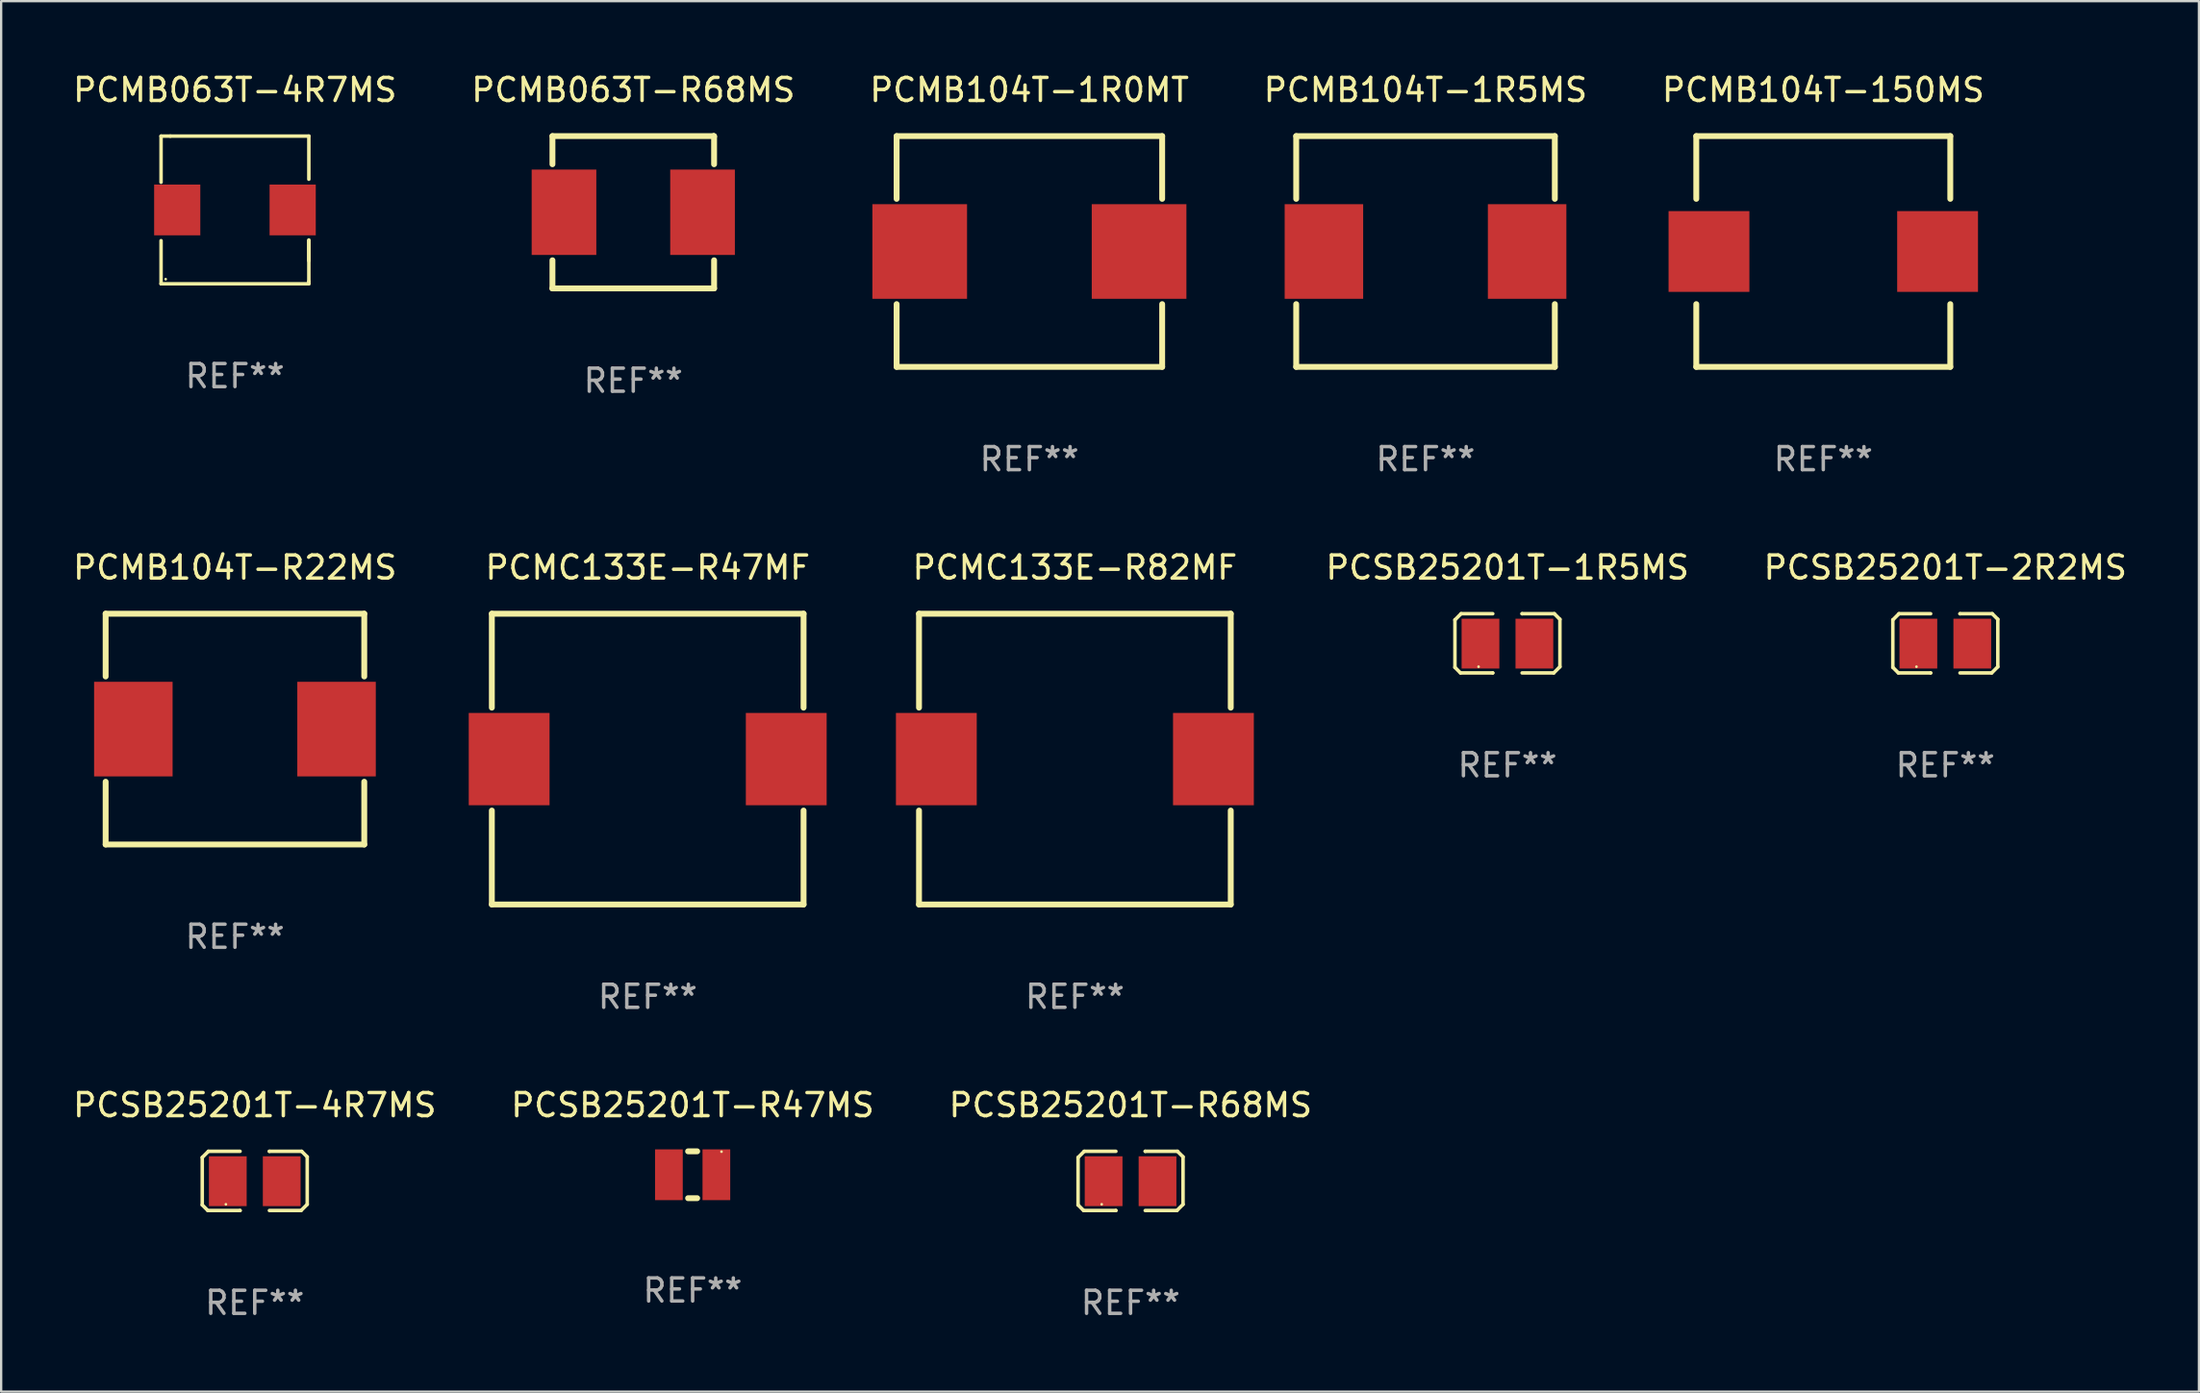
<source format=kicad_pcb>
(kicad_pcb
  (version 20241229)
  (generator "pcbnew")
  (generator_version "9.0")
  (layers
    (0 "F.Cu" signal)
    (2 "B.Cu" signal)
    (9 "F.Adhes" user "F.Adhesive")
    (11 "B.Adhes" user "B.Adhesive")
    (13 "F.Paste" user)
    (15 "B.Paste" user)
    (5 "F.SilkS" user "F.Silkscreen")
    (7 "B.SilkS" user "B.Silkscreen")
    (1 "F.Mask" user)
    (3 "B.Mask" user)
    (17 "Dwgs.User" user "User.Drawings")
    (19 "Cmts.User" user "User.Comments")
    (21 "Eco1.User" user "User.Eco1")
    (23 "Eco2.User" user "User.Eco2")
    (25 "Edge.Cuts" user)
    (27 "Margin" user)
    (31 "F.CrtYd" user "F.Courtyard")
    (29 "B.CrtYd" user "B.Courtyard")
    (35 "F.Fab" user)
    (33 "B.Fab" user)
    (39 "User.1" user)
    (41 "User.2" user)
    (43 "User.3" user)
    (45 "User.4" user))
  (footprint "PCMB104T-150MS"
    (layer "F.Cu")
    (at 75.911 7.848)
    (property "Reference" "PCMB104T-150MS" (at 0 -7 0) (layer "F.SilkS") (effects (font (size 1 1) (thickness 0.15))))
    (attr through_hole)
    (fp_line (start -5.5 -5) (end 5.5 -5) (stroke (width 0.254) (type solid)) (layer "F.SilkS"))
    (fp_line (start -5.5 -2.281) (end -5.5 -5) (stroke (width 0.254) (type solid)) (layer "F.SilkS"))
    (fp_line (start -5.5 5) (end -5.5 2.281) (stroke (width 0.254) (type solid)) (layer "F.SilkS"))
    (fp_line (start -5.5 5) (end 5.5 5) (stroke (width 0.254) (type solid)) (layer "F.SilkS"))
    (fp_line (start 5.5 -2.281) (end 5.5 -5) (stroke (width 0.254) (type solid)) (layer "F.SilkS"))
    (fp_line (start 5.5 5) (end 5.5 2.281) (stroke (width 0.254) (type solid)) (layer "F.SilkS"))
    (fp_circle (center -5.47 4.97) (end -5.44 4.97) (stroke (width 0.06) (type solid)) (fill no) (layer "F.SilkS"))
    (fp_text user "REF**" (at 0 9 0) (layer "F.Fab") (effects (font (size 1 1) (thickness 0.15))))
    (pad "1" smd rect (at -4.95 0.000025 90) (size 3.5 3.5) (layers "F.Cu" "F.Mask" "F.Paste"))
    (pad "2" smd rect (at 4.95 0.000025 270) (size 3.5 3.5) (layers "F.Cu" "F.Mask" "F.Paste")))
  (footprint "PCMB104T-1R0MT"
    (layer "F.Cu")
    (at 41.53 7.848)
    (property "Reference" "PCMB104T-1R0MT" (at 0 -7 0) (layer "F.SilkS") (effects (font (size 1 1) (thickness 0.15))))
    (attr through_hole)
    (fp_line (start -5.75 -5) (end -5.75 -2.281) (stroke (width 0.254) (type solid)) (layer "F.SilkS"))
    (fp_line (start -5.75 -5) (end 5.75 -5) (stroke (width 0.254) (type solid)) (layer "F.SilkS"))
    (fp_line (start -5.75 2.281) (end -5.75 5) (stroke (width 0.254) (type solid)) (layer "F.SilkS"))
    (fp_line (start 5.75 -2.281) (end 5.75 -5) (stroke (width 0.254) (type solid)) (layer "F.SilkS"))
    (fp_line (start 5.75 5) (end -5.75 5) (stroke (width 0.254) (type solid)) (layer "F.SilkS"))
    (fp_line (start 5.75 5) (end 5.75 2.281) (stroke (width 0.254) (type solid)) (layer "F.SilkS"))
    (fp_circle (center -5.75 5) (end -5.7 5) (stroke (width 0.1) (type solid)) (fill no) (layer "F.SilkS"))
    (fp_text user "REF**" (at 0 9 0) (layer "F.Fab") (effects (font (size 1 1) (thickness 0.15))))
    (pad "1" smd rect (at -4.75 0) (size 4.1 4.1) (layers "F.Cu" "F.Mask" "F.Paste"))
    (pad "2" smd rect (at 4.75 0) (size 4.1 4.1) (layers "F.Cu" "F.Mask" "F.Paste")))
  (footprint "PCMB063T-4R7MS"
    (layer "F.Cu")
    (at 7.125 6.048)
    (property "Reference" "PCMB063T-4R7MS" (at 0 -5.2 0) (layer "F.SilkS") (effects (font (size 1 1) (thickness 0.15))))
    (attr through_hole)
    (fp_line (start -3.2 -1.2) (end -3.2 -3.2) (stroke (width 0.152) (type solid)) (layer "F.SilkS"))
    (fp_line (start -3.2 3.2) (end -3.2 1.331) (stroke (width 0.152) (type solid)) (layer "F.SilkS"))
    (fp_line (start -2.8 -3.2) (end -3.2 -3.2) (stroke (width 0.152) (type solid)) (layer "F.SilkS"))
    (fp_line (start -2.8 -3.2) (end 3.2 -3.2) (stroke (width 0.152) (type solid)) (layer "F.SilkS"))
    (fp_line (start 3.2 -3.2) (end 3.2 -1.331) (stroke (width 0.152) (type solid)) (layer "F.SilkS"))
    (fp_line (start 3.2 1.3) (end 3.2 3.1) (stroke (width 0.152) (type solid)) (layer "F.SilkS"))
    (fp_line (start 3.2 1.331) (end 3.2 2.2) (stroke (width 0.152) (type solid)) (layer "F.SilkS"))
    (fp_line (start 3.2 3.1) (end 3.2 3.2) (stroke (width 0.152) (type solid)) (layer "F.SilkS"))
    (fp_line (start 3.2 3.2) (end -3.2 3.2) (stroke (width 0.152) (type solid)) (layer "F.SilkS"))
    (fp_circle (center -3 3) (end -2.97 3) (stroke (width 0.06) (type solid)) (fill no) (layer "F.SilkS"))
    (fp_text user "REF**" (at 0 7.2 0) (layer "F.Fab") (effects (font (size 1 1) (thickness 0.15))))
    (pad "1" smd rect (at -2.5 -0.000025 180) (size 2 2.2) (layers "F.Cu" "F.Mask" "F.Paste"))
    (pad "2" smd rect (at 2.5 -0.000025 180) (size 2 2.2) (layers "F.Cu" "F.Mask" "F.Paste")))
  (footprint "PCMC133E-R82MF"
    (layer "F.Cu")
    (at 43.5 29.845)
    (property "Reference" "PCMC133E-R82MF" (at 0 -8.3 0) (layer "F.SilkS") (effects (font (size 1 1) (thickness 0.15))))
    (attr through_hole)
    (fp_line (start -6.75 -6.3) (end 6.75 -6.3) (stroke (width 0.254) (type solid)) (layer "F.SilkS"))
    (fp_line (start -6.75 -2.23) (end -6.75 -6.3) (stroke (width 0.254) (type solid)) (layer "F.SilkS"))
    (fp_line (start -6.75 6.3) (end -6.75 2.23) (stroke (width 0.254) (type solid)) (layer "F.SilkS"))
    (fp_line (start 6.75 -2.23) (end 6.75 -6.3) (stroke (width 0.254) (type solid)) (layer "F.SilkS"))
    (fp_line (start 6.75 6.3) (end -6.75 6.3) (stroke (width 0.254) (type solid)) (layer "F.SilkS"))
    (fp_line (start 6.75 6.3) (end 6.75 2.23) (stroke (width 0.254) (type solid)) (layer "F.SilkS"))
    (fp_circle (center -6.75 6.3) (end -6.72 6.3) (stroke (width 0.06) (type solid)) (fill no) (layer "F.SilkS"))
    (fp_text user "REF**" (at 0 10.3 0) (layer "F.Fab") (effects (font (size 1 1) (thickness 0.15))))
    (pad "1" smd rect (at -6 0 90) (size 4 3.5) (layers "F.Cu" "F.Mask" "F.Paste"))
    (pad "2" smd rect (at 6 0 90) (size 4 3.5) (layers "F.Cu" "F.Mask" "F.Paste")))
  (footprint "PCSB25201T-2R2MS"
    (layer "F.Cu")
    (at 81.196 24.828)
    (property "Reference" "PCSB25201T-2R2MS" (at 0 -3.283 0) (layer "F.SilkS") (effects (font (size 1 1) (thickness 0.15))))
    (attr through_hole)
    (fp_line (start -2.273 -1.016) (end -2.007 -1.283) (stroke (width 0.152) (type solid)) (layer "F.SilkS"))
    (fp_line (start -2.273 1.041) (end -2.273 -1.016) (stroke (width 0.152) (type solid)) (layer "F.SilkS"))
    (fp_line (start -2.032 1.283) (end -2.273 1.041) (stroke (width 0.152) (type solid)) (layer "F.SilkS"))
    (fp_line (start -2.007 -1.283) (end -0.635 -1.283) (stroke (width 0.152) (type solid)) (layer "F.SilkS"))
    (fp_line (start -0.635 1.283) (end -2.032 1.283) (stroke (width 0.152) (type solid)) (layer "F.SilkS"))
    (fp_line (start -0.635 1.283) (end -0.635 1.283) (stroke (width 0.152) (type solid)) (layer "F.SilkS"))
    (fp_line (start 0.635 -1.283) (end 0.635 -1.283) (stroke (width 0.152) (type solid)) (layer "F.SilkS"))
    (fp_line (start 0.635 -1.283) (end 2.032 -1.283) (stroke (width 0.152) (type solid)) (layer "F.SilkS"))
    (fp_line (start 2.007 1.283) (end 0.635 1.283) (stroke (width 0.152) (type solid)) (layer "F.SilkS"))
    (fp_line (start 2.032 -1.283) (end 2.273 -1.041) (stroke (width 0.152) (type solid)) (layer "F.SilkS"))
    (fp_line (start 2.273 -1.041) (end 2.273 1.016) (stroke (width 0.152) (type solid)) (layer "F.SilkS"))
    (fp_line (start 2.273 1.016) (end 2.007 1.283) (stroke (width 0.152) (type solid)) (layer "F.SilkS"))
    (fp_circle (center -1.25 1.013) (end -1.22 1.013) (stroke (width 0.06) (type solid)) (fill no) (layer "F.SilkS"))
    (fp_text user "REF**" (at 0 5.283 0) (layer "F.Fab") (effects (font (size 1 1) (thickness 0.15))))
    (pad "1" smd rect (at -1.167 0.013) (size 1.635 2.16) (layers "F.Cu" "F.Mask" "F.Paste"))
    (pad "2" smd rect (at 1.168 0.013) (size 1.635 2.16) (layers "F.Cu" "F.Mask" "F.Paste")))
  (footprint "PCSB25201T-R68MS"
    (layer "F.Cu")
    (at 45.911 48.124)
    (property "Reference" "PCSB25201T-R68MS" (at 0 -3.283 0) (layer "F.SilkS") (effects (font (size 1 1) (thickness 0.15))))
    (attr through_hole)
    (fp_line (start -2.273 -1.016) (end -2.007 -1.283) (stroke (width 0.152) (type solid)) (layer "F.SilkS"))
    (fp_line (start -2.273 1.041) (end -2.273 -1.016) (stroke (width 0.152) (type solid)) (layer "F.SilkS"))
    (fp_line (start -2.032 1.283) (end -2.273 1.041) (stroke (width 0.152) (type solid)) (layer "F.SilkS"))
    (fp_line (start -2.007 -1.283) (end -0.635 -1.283) (stroke (width 0.152) (type solid)) (layer "F.SilkS"))
    (fp_line (start -0.635 1.283) (end -2.032 1.283) (stroke (width 0.152) (type solid)) (layer "F.SilkS"))
    (fp_line (start -0.635 1.283) (end -0.635 1.283) (stroke (width 0.152) (type solid)) (layer "F.SilkS"))
    (fp_line (start 0.635 -1.283) (end 0.635 -1.283) (stroke (width 0.152) (type solid)) (layer "F.SilkS"))
    (fp_line (start 0.635 -1.283) (end 2.032 -1.283) (stroke (width 0.152) (type solid)) (layer "F.SilkS"))
    (fp_line (start 2.007 1.283) (end 0.635 1.283) (stroke (width 0.152) (type solid)) (layer "F.SilkS"))
    (fp_line (start 2.032 -1.283) (end 2.273 -1.041) (stroke (width 0.152) (type solid)) (layer "F.SilkS"))
    (fp_line (start 2.273 -1.041) (end 2.273 1.016) (stroke (width 0.152) (type solid)) (layer "F.SilkS"))
    (fp_line (start 2.273 1.016) (end 2.007 1.283) (stroke (width 0.152) (type solid)) (layer "F.SilkS"))
    (fp_circle (center -1.25 1.013) (end -1.22 1.013) (stroke (width 0.06) (type solid)) (fill no) (layer "F.SilkS"))
    (fp_text user "REF**" (at 0 5.283 0) (layer "F.Fab") (effects (font (size 1 1) (thickness 0.15))))
    (pad "1" smd rect (at -1.167 0.013) (size 1.635 2.16) (layers "F.Cu" "F.Mask" "F.Paste"))
    (pad "2" smd rect (at 1.168 0.013) (size 1.635 2.16) (layers "F.Cu" "F.Mask" "F.Paste")))
  (footprint "PCMB104T-1R5MS"
    (layer "F.Cu")
    (at 58.685 7.848)
    (property "Reference" "PCMB104T-1R5MS" (at 0 -7 0) (layer "F.SilkS") (effects (font (size 1 1) (thickness 0.15))))
    (attr through_hole)
    (fp_line (start -5.6 -5) (end 5.6 -5) (stroke (width 0.254) (type solid)) (layer "F.SilkS"))
    (fp_line (start -5.6 -2.281) (end -5.6 -5) (stroke (width 0.254) (type solid)) (layer "F.SilkS"))
    (fp_line (start -5.6 5) (end -5.6 2.281) (stroke (width 0.254) (type solid)) (layer "F.SilkS"))
    (fp_line (start 5.6 -2.281) (end 5.6 -5) (stroke (width 0.254) (type solid)) (layer "F.SilkS"))
    (fp_line (start 5.6 5) (end -5.6 5) (stroke (width 0.254) (type solid)) (layer "F.SilkS"))
    (fp_line (start 5.6 5) (end 5.6 2.281) (stroke (width 0.254) (type solid)) (layer "F.SilkS"))
    (fp_circle (center -5.6 5) (end -5.57 5) (stroke (width 0.06) (type solid)) (fill no) (layer "F.SilkS"))
    (fp_text user "REF**" (at 0 9 0) (layer "F.Fab") (effects (font (size 1 1) (thickness 0.15))))
    (pad "1" smd rect (at -4.4 0) (size 3.4 4.1) (layers "F.Cu" "F.Mask" "F.Paste"))
    (pad "2" smd rect (at 4.4 0) (size 3.4 4.1) (layers "F.Cu" "F.Mask" "F.Paste")))
  (footprint "PCSB25201T-4R7MS"
    (layer "F.Cu")
    (at 7.982 48.124)
    (property "Reference" "PCSB25201T-4R7MS" (at 0 -3.283 0) (layer "F.SilkS") (effects (font (size 1 1) (thickness 0.15))))
    (attr through_hole)
    (fp_line (start -2.273 -1.016) (end -2.007 -1.283) (stroke (width 0.152) (type solid)) (layer "F.SilkS"))
    (fp_line (start -2.273 1.041) (end -2.273 -1.016) (stroke (width 0.152) (type solid)) (layer "F.SilkS"))
    (fp_line (start -2.032 1.283) (end -2.273 1.041) (stroke (width 0.152) (type solid)) (layer "F.SilkS"))
    (fp_line (start -2.007 -1.283) (end -0.635 -1.283) (stroke (width 0.152) (type solid)) (layer "F.SilkS"))
    (fp_line (start -0.635 1.283) (end -2.032 1.283) (stroke (width 0.152) (type solid)) (layer "F.SilkS"))
    (fp_line (start -0.635 1.283) (end -0.635 1.283) (stroke (width 0.152) (type solid)) (layer "F.SilkS"))
    (fp_line (start 0.635 -1.283) (end 0.635 -1.283) (stroke (width 0.152) (type solid)) (layer "F.SilkS"))
    (fp_line (start 0.635 -1.283) (end 2.032 -1.283) (stroke (width 0.152) (type solid)) (layer "F.SilkS"))
    (fp_line (start 2.007 1.283) (end 0.635 1.283) (stroke (width 0.152) (type solid)) (layer "F.SilkS"))
    (fp_line (start 2.032 -1.283) (end 2.273 -1.041) (stroke (width 0.152) (type solid)) (layer "F.SilkS"))
    (fp_line (start 2.273 -1.041) (end 2.273 1.016) (stroke (width 0.152) (type solid)) (layer "F.SilkS"))
    (fp_line (start 2.273 1.016) (end 2.007 1.283) (stroke (width 0.152) (type solid)) (layer "F.SilkS"))
    (fp_circle (center -1.25 1.013) (end -1.22 1.013) (stroke (width 0.06) (type solid)) (fill no) (layer "F.SilkS"))
    (fp_text user "REF**" (at 0 5.283 0) (layer "F.Fab") (effects (font (size 1 1) (thickness 0.15))))
    (pad "1" smd rect (at -1.167 0.013) (size 1.635 2.16) (layers "F.Cu" "F.Mask" "F.Paste"))
    (pad "2" smd rect (at 1.168 0.013) (size 1.635 2.16) (layers "F.Cu" "F.Mask" "F.Paste")))
  (footprint "PCMC133E-R47MF"
    (layer "F.Cu")
    (at 25 29.845)
    (property "Reference" "PCMC133E-R47MF" (at 0 -8.3 0) (layer "F.SilkS") (effects (font (size 1 1) (thickness 0.15))))
    (attr through_hole)
    (fp_line (start -6.75 -6.3) (end 6.75 -6.3) (stroke (width 0.254) (type solid)) (layer "F.SilkS"))
    (fp_line (start -6.75 -2.23) (end -6.75 -6.3) (stroke (width 0.254) (type solid)) (layer "F.SilkS"))
    (fp_line (start -6.75 6.3) (end -6.75 2.23) (stroke (width 0.254) (type solid)) (layer "F.SilkS"))
    (fp_line (start 6.75 -2.23) (end 6.75 -6.3) (stroke (width 0.254) (type solid)) (layer "F.SilkS"))
    (fp_line (start 6.75 6.3) (end -6.75 6.3) (stroke (width 0.254) (type solid)) (layer "F.SilkS"))
    (fp_line (start 6.75 6.3) (end 6.75 2.23) (stroke (width 0.254) (type solid)) (layer "F.SilkS"))
    (fp_circle (center -6.75 6.3) (end -6.72 6.3) (stroke (width 0.06) (type solid)) (fill no) (layer "F.SilkS"))
    (fp_text user "REF**" (at 0 10.3 0) (layer "F.Fab") (effects (font (size 1 1) (thickness 0.15))))
    (pad "1" smd rect (at -6 0 90) (size 4 3.5) (layers "F.Cu" "F.Mask" "F.Paste"))
    (pad "2" smd rect (at 6 0 90) (size 4 3.5) (layers "F.Cu" "F.Mask" "F.Paste")))
  (footprint "PCSB25201T-1R5MS"
    (layer "F.Cu")
    (at 62.232 24.828)
    (property "Reference" "PCSB25201T-1R5MS" (at 0 -3.283 0) (layer "F.SilkS") (effects (font (size 1 1) (thickness 0.15))))
    (attr through_hole)
    (fp_line (start -2.273 -1.016) (end -2.007 -1.283) (stroke (width 0.152) (type solid)) (layer "F.SilkS"))
    (fp_line (start -2.273 1.041) (end -2.273 -1.016) (stroke (width 0.152) (type solid)) (layer "F.SilkS"))
    (fp_line (start -2.032 1.283) (end -2.273 1.041) (stroke (width 0.152) (type solid)) (layer "F.SilkS"))
    (fp_line (start -2.007 -1.283) (end -0.635 -1.283) (stroke (width 0.152) (type solid)) (layer "F.SilkS"))
    (fp_line (start -0.635 1.283) (end -2.032 1.283) (stroke (width 0.152) (type solid)) (layer "F.SilkS"))
    (fp_line (start -0.635 1.283) (end -0.635 1.283) (stroke (width 0.152) (type solid)) (layer "F.SilkS"))
    (fp_line (start 0.635 -1.283) (end 0.635 -1.283) (stroke (width 0.152) (type solid)) (layer "F.SilkS"))
    (fp_line (start 0.635 -1.283) (end 2.032 -1.283) (stroke (width 0.152) (type solid)) (layer "F.SilkS"))
    (fp_line (start 2.007 1.283) (end 0.635 1.283) (stroke (width 0.152) (type solid)) (layer "F.SilkS"))
    (fp_line (start 2.032 -1.283) (end 2.273 -1.041) (stroke (width 0.152) (type solid)) (layer "F.SilkS"))
    (fp_line (start 2.273 -1.041) (end 2.273 1.016) (stroke (width 0.152) (type solid)) (layer "F.SilkS"))
    (fp_line (start 2.273 1.016) (end 2.007 1.283) (stroke (width 0.152) (type solid)) (layer "F.SilkS"))
    (fp_circle (center -1.25 1.013) (end -1.22 1.013) (stroke (width 0.06) (type solid)) (fill no) (layer "F.SilkS"))
    (fp_text user "REF**" (at 0 5.283 0) (layer "F.Fab") (effects (font (size 1 1) (thickness 0.15))))
    (pad "1" smd rect (at -1.167 0.013) (size 1.635 2.16) (layers "F.Cu" "F.Mask" "F.Paste"))
    (pad "2" smd rect (at 1.168 0.013) (size 1.635 2.16) (layers "F.Cu" "F.Mask" "F.Paste")))
  (footprint "PCMB104T-R22MS"
    (layer "F.Cu")
    (at 7.125 28.545)
    (property "Reference" "PCMB104T-R22MS" (at 0 -7 0) (layer "F.SilkS") (effects (font (size 1 1) (thickness 0.15))))
    (attr through_hole)
    (fp_line (start -5.6 -5) (end 5.6 -5) (stroke (width 0.254) (type solid)) (layer "F.SilkS"))
    (fp_line (start -5.6 -2.281) (end -5.6 -5) (stroke (width 0.254) (type solid)) (layer "F.SilkS"))
    (fp_line (start -5.6 5) (end -5.6 2.281) (stroke (width 0.254) (type solid)) (layer "F.SilkS"))
    (fp_line (start 5.6 -2.281) (end 5.6 -5) (stroke (width 0.254) (type solid)) (layer "F.SilkS"))
    (fp_line (start 5.6 5) (end -5.6 5) (stroke (width 0.254) (type solid)) (layer "F.SilkS"))
    (fp_line (start 5.6 5) (end 5.6 2.281) (stroke (width 0.254) (type solid)) (layer "F.SilkS"))
    (fp_circle (center -5.6 5) (end -5.57 5) (stroke (width 0.06) (type solid)) (fill no) (layer "F.SilkS"))
    (fp_text user "REF**" (at 0 9 0) (layer "F.Fab") (effects (font (size 1 1) (thickness 0.15))))
    (pad "1" smd rect (at -4.4 0) (size 3.4 4.1) (layers "F.Cu" "F.Mask" "F.Paste"))
    (pad "2" smd rect (at 4.4 0) (size 3.4 4.1) (layers "F.Cu" "F.Mask" "F.Paste")))
  (footprint "PCSB25201T-R47MS"
    (layer "F.Cu")
    (at 26.946 47.857)
    (property "Reference" "PCSB25201T-R47MS" (at 0 -3.016 0) (layer "F.SilkS") (effects (font (size 1 1) (thickness 0.15))))
    (attr through_hole)
    (fp_line (start -0.197 1.016) (end 0.197 1.016) (stroke (width 0.254) (type solid)) (layer "F.SilkS"))
    (fp_line (start 0.197 -1.016) (end -0.197 -1.016) (stroke (width 0.254) (type solid)) (layer "F.SilkS"))
    (fp_circle (center 1.25 -1) (end 1.28 -1) (stroke (width 0.06) (type solid)) (fill no) (layer "F.SilkS"))
    (fp_text user "REF**" (at 0 5.016 0) (layer "F.Fab") (effects (font (size 1 1) (thickness 0.15))))
    (pad "1" smd rect (at 1.028 0) (size 1.2 2.2) (layers "F.Cu" "F.Mask" "F.Paste"))
    (pad "2" smd rect (at -1.028 0) (size 1.2 2.2) (layers "F.Cu" "F.Mask" "F.Paste")))
  (footprint "PCMB063T-R68MS"
    (layer "F.Cu")
    (at 24.375 6.148)
    (property "Reference" "PCMB063T-R68MS" (at 0 -5.3 0) (layer "F.SilkS") (effects (font (size 1 1) (thickness 0.15))))
    (attr through_hole)
    (fp_line (start -3.5 -3.3) (end 3.48 -3.3) (stroke (width 0.254) (type solid)) (layer "F.SilkS"))
    (fp_line (start -3.5 -2.081) (end -3.5 -3.3) (stroke (width 0.254) (type solid)) (layer "F.SilkS"))
    (fp_line (start -3.5 3.3) (end -3.5 2.081) (stroke (width 0.254) (type solid)) (layer "F.SilkS"))
    (fp_line (start -3.49 3.3) (end -3.5 3.3) (stroke (width 0.254) (type solid)) (layer "F.SilkS"))
    (fp_line (start 3.48 -3.3) (end 3.5 -3.28) (stroke (width 0.254) (type solid)) (layer "F.SilkS"))
    (fp_line (start 3.5 -3.3) (end 3.5 -2.081) (stroke (width 0.254) (type solid)) (layer "F.SilkS"))
    (fp_line (start 3.5 2.081) (end 3.5 3.3) (stroke (width 0.254) (type solid)) (layer "F.SilkS"))
    (fp_line (start 3.5 3.3) (end -3.49 3.3) (stroke (width 0.254) (type solid)) (layer "F.SilkS"))
    (fp_circle (center -3.5 3.3) (end -3.47 3.3) (stroke (width 0.06) (type solid)) (fill no) (layer "F.SilkS"))
    (fp_text user "REF**" (at 0 7.3 0) (layer "F.Fab") (effects (font (size 1 1) (thickness 0.15))))
    (pad "1" smd rect (at -3 0) (size 2.8 3.7) (layers "F.Cu" "F.Mask" "F.Paste"))
    (pad "2" smd rect (at 3 0) (size 2.8 3.7) (layers "F.Cu" "F.Mask" "F.Paste")))
  (gr_rect
    (start -3 -3)
    (end 92.179 57.255)
    (stroke (width 0.1) (type default))
    (fill no)
    (layer "Edge.Cuts")))
</source>
